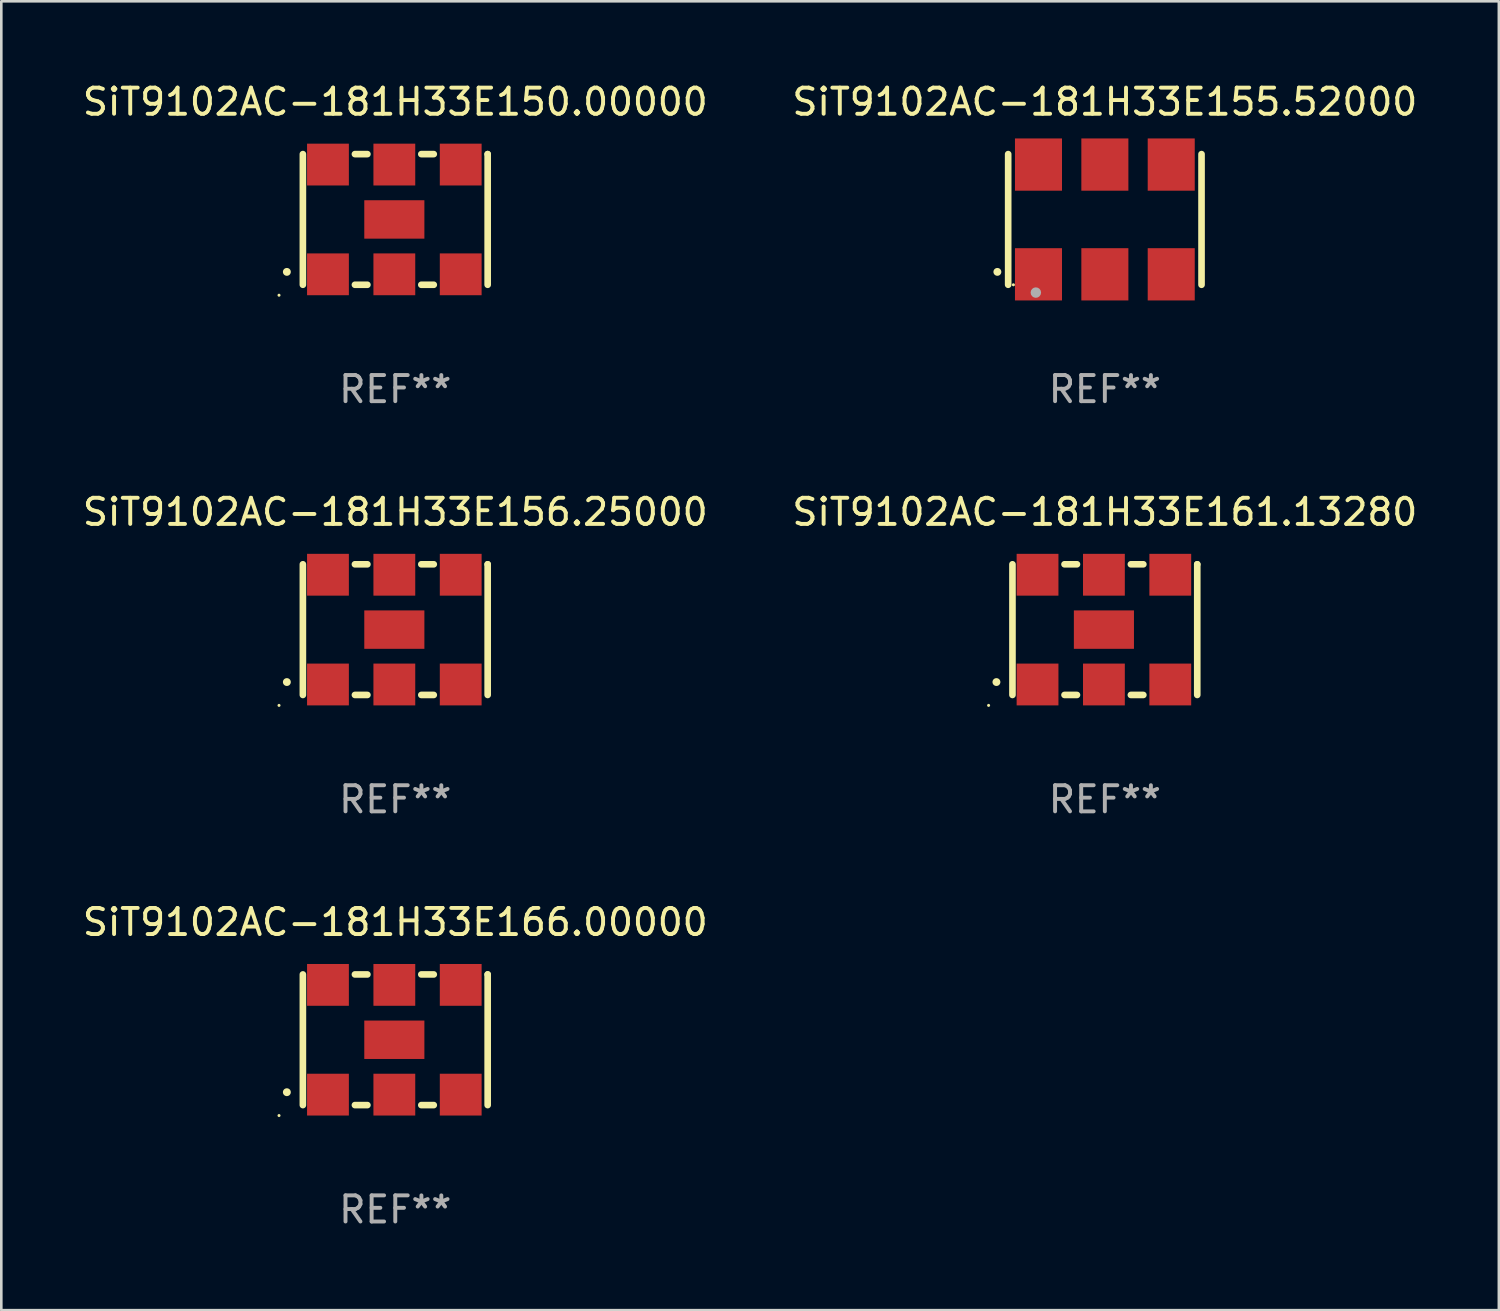
<source format=kicad_pcb>
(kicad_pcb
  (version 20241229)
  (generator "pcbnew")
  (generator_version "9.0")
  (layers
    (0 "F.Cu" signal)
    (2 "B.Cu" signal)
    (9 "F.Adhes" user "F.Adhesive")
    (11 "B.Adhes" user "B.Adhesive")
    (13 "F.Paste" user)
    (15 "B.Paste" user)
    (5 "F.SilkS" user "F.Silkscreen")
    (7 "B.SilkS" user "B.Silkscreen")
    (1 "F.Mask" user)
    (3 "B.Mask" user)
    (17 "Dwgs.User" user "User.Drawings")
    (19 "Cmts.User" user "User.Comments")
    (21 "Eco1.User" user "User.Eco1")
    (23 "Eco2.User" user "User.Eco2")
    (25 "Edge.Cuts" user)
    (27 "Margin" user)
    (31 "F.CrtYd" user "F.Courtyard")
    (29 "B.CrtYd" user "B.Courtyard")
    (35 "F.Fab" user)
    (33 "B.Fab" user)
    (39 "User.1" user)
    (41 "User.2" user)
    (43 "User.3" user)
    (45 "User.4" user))
  (footprint "SiT9102AC-181H33E161.13280"
    (layer "F.Cu")
    (at 39.232 21.045)
    (property "Reference" "SiT9102AC-181H33E161.13280" (at 0 -4.5 0) (layer "F.SilkS") (effects (font (size 1 1) (thickness 0.15))))
    (attr through_hole)
    (fp_line (start -3.536 -2.5) (end -3.536 2.5) (stroke (width 0.254) (type solid)) (layer "F.SilkS"))
    (fp_line (start -1.544 2.5) (end -1.067 2.5) (stroke (width 0.254) (type solid)) (layer "F.SilkS"))
    (fp_line (start -1.067 -2.5) (end -1.544 -2.5) (stroke (width 0.254) (type solid)) (layer "F.SilkS"))
    (fp_line (start 0.996 2.5) (end 1.473 2.5) (stroke (width 0.254) (type solid)) (layer "F.SilkS"))
    (fp_line (start 1.473 -2.5) (end 0.996 -2.5) (stroke (width 0.254) (type solid)) (layer "F.SilkS"))
    (fp_line (start 3.536 -2.5) (end 3.536 -2.5) (stroke (width 0.254) (type solid)) (layer "F.SilkS"))
    (fp_line (start 3.536 2.5) (end 3.536 -2.5) (stroke (width 0.254) (type solid)) (layer "F.SilkS"))
    (fp_arc (start -4.150432 2.006604) (mid -4.149162 2.006599) (end -4.147892 2.006604) (stroke (width 0.3) (type solid)) (layer "F.SilkS"))
    (fp_circle (center -4.449 2.9) (end -4.419 2.9) (stroke (width 0.06) (type solid)) (fill no) (layer "F.SilkS"))
    (fp_text user "REF**" (at 0 6.5 0) (layer "F.Fab") (effects (font (size 1 1) (thickness 0.15))))
    (pad "1" smd rect (at -2.576 2.1) (size 1.6 1.6) (layers "F.Cu" "F.Mask" "F.Paste"))
    (pad "2" smd rect (at -0.036 2.1) (size 1.6 1.6) (layers "F.Cu" "F.Mask" "F.Paste"))
    (pad "3" smd rect (at 2.504 2.1) (size 1.6 1.6) (layers "F.Cu" "F.Mask" "F.Paste"))
    (pad "4" smd rect (at 2.504 -2.1) (size 1.6 1.6) (layers "F.Cu" "F.Mask" "F.Paste"))
    (pad "5" smd rect (at -0.036 -2.1) (size 1.6 1.6) (layers "F.Cu" "F.Mask" "F.Paste"))
    (pad "6" smd rect (at -2.576 -2.1) (size 1.6 1.6) (layers "F.Cu" "F.Mask" "F.Paste"))
    (pad "7" smd rect (at -0.036 0) (size 2.3 1.47) (layers "F.Cu" "F.Mask" "F.Paste")))
  (footprint "SiT9102AC-181H33E150.00000"
    (layer "F.Cu")
    (at 12.077 5.348)
    (property "Reference" "SiT9102AC-181H33E150.00000" (at 0 -4.5 0) (layer "F.SilkS") (effects (font (size 1 1) (thickness 0.15))))
    (attr through_hole)
    (fp_line (start -3.536 -2.5) (end -3.536 2.5) (stroke (width 0.254) (type solid)) (layer "F.SilkS"))
    (fp_line (start -1.544 2.5) (end -1.067 2.5) (stroke (width 0.254) (type solid)) (layer "F.SilkS"))
    (fp_line (start -1.067 -2.5) (end -1.544 -2.5) (stroke (width 0.254) (type solid)) (layer "F.SilkS"))
    (fp_line (start 0.996 2.5) (end 1.473 2.5) (stroke (width 0.254) (type solid)) (layer "F.SilkS"))
    (fp_line (start 1.473 -2.5) (end 0.996 -2.5) (stroke (width 0.254) (type solid)) (layer "F.SilkS"))
    (fp_line (start 3.536 -2.5) (end 3.536 -2.5) (stroke (width 0.254) (type solid)) (layer "F.SilkS"))
    (fp_line (start 3.536 2.5) (end 3.536 -2.5) (stroke (width 0.254) (type solid)) (layer "F.SilkS"))
    (fp_arc (start -4.150432 2.006604) (mid -4.149162 2.006599) (end -4.147892 2.006604) (stroke (width 0.3) (type solid)) (layer "F.SilkS"))
    (fp_circle (center -4.449 2.9) (end -4.419 2.9) (stroke (width 0.06) (type solid)) (fill no) (layer "F.SilkS"))
    (fp_text user "REF**" (at 0 6.5 0) (layer "F.Fab") (effects (font (size 1 1) (thickness 0.15))))
    (pad "1" smd rect (at -2.576 2.1) (size 1.6 1.6) (layers "F.Cu" "F.Mask" "F.Paste"))
    (pad "2" smd rect (at -0.036 2.1) (size 1.6 1.6) (layers "F.Cu" "F.Mask" "F.Paste"))
    (pad "3" smd rect (at 2.504 2.1) (size 1.6 1.6) (layers "F.Cu" "F.Mask" "F.Paste"))
    (pad "4" smd rect (at 2.504 -2.1) (size 1.6 1.6) (layers "F.Cu" "F.Mask" "F.Paste"))
    (pad "5" smd rect (at -0.036 -2.1) (size 1.6 1.6) (layers "F.Cu" "F.Mask" "F.Paste"))
    (pad "6" smd rect (at -2.576 -2.1) (size 1.6 1.6) (layers "F.Cu" "F.Mask" "F.Paste"))
    (pad "7" smd rect (at -0.036 0) (size 2.3 1.47) (layers "F.Cu" "F.Mask" "F.Paste")))
  (footprint "SiT9102AC-181H33E166.00000"
    (layer "F.Cu")
    (at 12.077 36.741)
    (property "Reference" "SiT9102AC-181H33E166.00000" (at 0 -4.5 0) (layer "F.SilkS") (effects (font (size 1 1) (thickness 0.15))))
    (attr through_hole)
    (fp_line (start -3.536 -2.5) (end -3.536 2.5) (stroke (width 0.254) (type solid)) (layer "F.SilkS"))
    (fp_line (start -1.544 2.5) (end -1.067 2.5) (stroke (width 0.254) (type solid)) (layer "F.SilkS"))
    (fp_line (start -1.067 -2.5) (end -1.544 -2.5) (stroke (width 0.254) (type solid)) (layer "F.SilkS"))
    (fp_line (start 0.996 2.5) (end 1.473 2.5) (stroke (width 0.254) (type solid)) (layer "F.SilkS"))
    (fp_line (start 1.473 -2.5) (end 0.996 -2.5) (stroke (width 0.254) (type solid)) (layer "F.SilkS"))
    (fp_line (start 3.536 -2.5) (end 3.536 -2.5) (stroke (width 0.254) (type solid)) (layer "F.SilkS"))
    (fp_line (start 3.536 2.5) (end 3.536 -2.5) (stroke (width 0.254) (type solid)) (layer "F.SilkS"))
    (fp_arc (start -4.150432 2.006604) (mid -4.149162 2.006599) (end -4.147892 2.006604) (stroke (width 0.3) (type solid)) (layer "F.SilkS"))
    (fp_circle (center -4.449 2.9) (end -4.419 2.9) (stroke (width 0.06) (type solid)) (fill no) (layer "F.SilkS"))
    (fp_text user "REF**" (at 0 6.5 0) (layer "F.Fab") (effects (font (size 1 1) (thickness 0.15))))
    (pad "1" smd rect (at -2.576 2.1) (size 1.6 1.6) (layers "F.Cu" "F.Mask" "F.Paste"))
    (pad "2" smd rect (at -0.036 2.1) (size 1.6 1.6) (layers "F.Cu" "F.Mask" "F.Paste"))
    (pad "3" smd rect (at 2.504 2.1) (size 1.6 1.6) (layers "F.Cu" "F.Mask" "F.Paste"))
    (pad "4" smd rect (at 2.504 -2.1) (size 1.6 1.6) (layers "F.Cu" "F.Mask" "F.Paste"))
    (pad "5" smd rect (at -0.036 -2.1) (size 1.6 1.6) (layers "F.Cu" "F.Mask" "F.Paste"))
    (pad "6" smd rect (at -2.576 -2.1) (size 1.6 1.6) (layers "F.Cu" "F.Mask" "F.Paste"))
    (pad "7" smd rect (at -0.036 0) (size 2.3 1.47) (layers "F.Cu" "F.Mask" "F.Paste")))
  (footprint "SiT9102AC-181H33E155.52000"
    (layer "F.Cu")
    (at 39.232 5.348)
    (property "Reference" "SiT9102AC-181H33E155.52000" (at 0 -4.5 0) (layer "F.SilkS") (effects (font (size 1 1) (thickness 0.15))))
    (attr through_hole)
    (fp_line (start -3.7 -2.5) (end -3.7 2.5) (stroke (width 0.254) (type solid)) (layer "F.SilkS"))
    (fp_line (start 3.7 -2.5) (end 3.7 2.5) (stroke (width 0.254) (type solid)) (layer "F.SilkS"))
    (fp_arc (start -4.114415 2.006604) (mid -4.113145 2.006599) (end -4.111875 2.006604) (stroke (width 0.3) (type solid)) (layer "F.SilkS"))
    (fp_circle (center -3.5 2.501) (end -3.47 2.501) (stroke (width 0.06) (type solid)) (fill no) (layer "F.SilkS"))
    (fp_circle (center -2.641 2.799) (end -2.541 2.799) (stroke (width 0.2) (type solid)) (fill no) (layer "F.Fab"))
    (fp_text user "REF**" (at 0 6.5 0) (layer "F.Fab") (effects (font (size 1 1) (thickness 0.15))))
    (pad "1" smd rect (at -2.54 2.1) (size 1.8 2) (layers "F.Cu" "F.Mask" "F.Paste"))
    (pad "2" smd rect (at 0.000394 2.1) (size 1.8 2) (layers "F.Cu" "F.Mask" "F.Paste"))
    (pad "3" smd rect (at 2.54 2.1) (size 1.8 2) (layers "F.Cu" "F.Mask" "F.Paste"))
    (pad "4" smd rect (at 2.54 -2.1) (size 1.8 2) (layers "F.Cu" "F.Mask" "F.Paste"))
    (pad "5" smd rect (at 0.000394 -2.1) (size 1.8 2) (layers "F.Cu" "F.Mask" "F.Paste"))
    (pad "6" smd rect (at -2.54 -2.1) (size 1.8 2) (layers "F.Cu" "F.Mask" "F.Paste")))
  (footprint "SiT9102AC-181H33E156.25000"
    (layer "F.Cu")
    (at 12.077 21.045)
    (property "Reference" "SiT9102AC-181H33E156.25000" (at 0 -4.5 0) (layer "F.SilkS") (effects (font (size 1 1) (thickness 0.15))))
    (attr through_hole)
    (fp_line (start -3.536 -2.5) (end -3.536 2.5) (stroke (width 0.254) (type solid)) (layer "F.SilkS"))
    (fp_line (start -1.544 2.5) (end -1.067 2.5) (stroke (width 0.254) (type solid)) (layer "F.SilkS"))
    (fp_line (start -1.067 -2.5) (end -1.544 -2.5) (stroke (width 0.254) (type solid)) (layer "F.SilkS"))
    (fp_line (start 0.996 2.5) (end 1.473 2.5) (stroke (width 0.254) (type solid)) (layer "F.SilkS"))
    (fp_line (start 1.473 -2.5) (end 0.996 -2.5) (stroke (width 0.254) (type solid)) (layer "F.SilkS"))
    (fp_line (start 3.536 -2.5) (end 3.536 -2.5) (stroke (width 0.254) (type solid)) (layer "F.SilkS"))
    (fp_line (start 3.536 2.5) (end 3.536 -2.5) (stroke (width 0.254) (type solid)) (layer "F.SilkS"))
    (fp_arc (start -4.150432 2.006604) (mid -4.149162 2.006599) (end -4.147892 2.006604) (stroke (width 0.3) (type solid)) (layer "F.SilkS"))
    (fp_circle (center -4.449 2.9) (end -4.419 2.9) (stroke (width 0.06) (type solid)) (fill no) (layer "F.SilkS"))
    (fp_text user "REF**" (at 0 6.5 0) (layer "F.Fab") (effects (font (size 1 1) (thickness 0.15))))
    (pad "1" smd rect (at -2.576 2.1) (size 1.6 1.6) (layers "F.Cu" "F.Mask" "F.Paste"))
    (pad "2" smd rect (at -0.036 2.1) (size 1.6 1.6) (layers "F.Cu" "F.Mask" "F.Paste"))
    (pad "3" smd rect (at 2.504 2.1) (size 1.6 1.6) (layers "F.Cu" "F.Mask" "F.Paste"))
    (pad "4" smd rect (at 2.504 -2.1) (size 1.6 1.6) (layers "F.Cu" "F.Mask" "F.Paste"))
    (pad "5" smd rect (at -0.036 -2.1) (size 1.6 1.6) (layers "F.Cu" "F.Mask" "F.Paste"))
    (pad "6" smd rect (at -2.576 -2.1) (size 1.6 1.6) (layers "F.Cu" "F.Mask" "F.Paste"))
    (pad "7" smd rect (at -0.036 0) (size 2.3 1.47) (layers "F.Cu" "F.Mask" "F.Paste")))
  (gr_rect
    (start -3 -3)
    (end 54.31 47.09)
    (stroke (width 0.1) (type default))
    (fill no)
    (layer "Edge.Cuts")))
</source>
